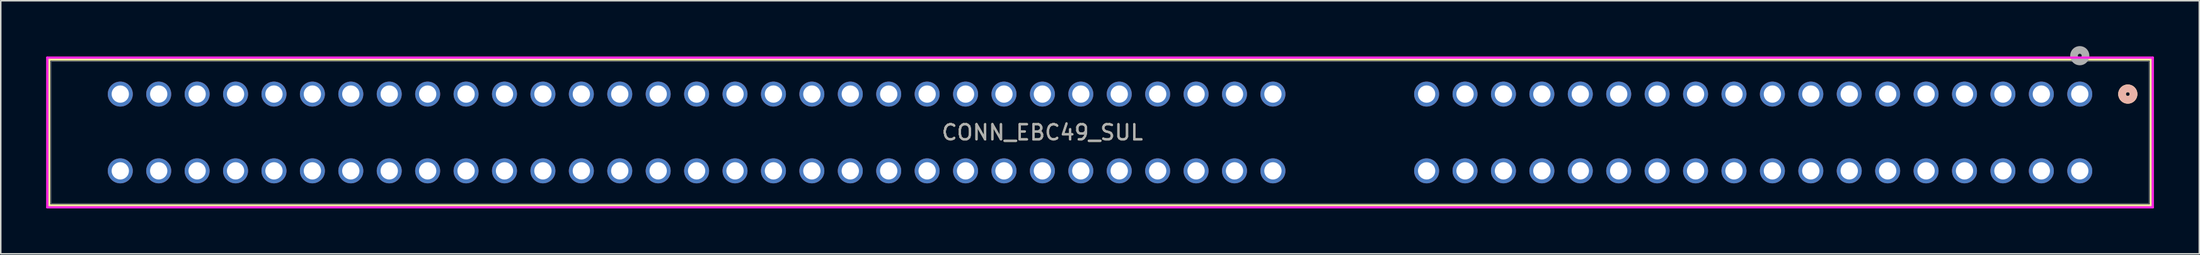
<source format=kicad_pcb>
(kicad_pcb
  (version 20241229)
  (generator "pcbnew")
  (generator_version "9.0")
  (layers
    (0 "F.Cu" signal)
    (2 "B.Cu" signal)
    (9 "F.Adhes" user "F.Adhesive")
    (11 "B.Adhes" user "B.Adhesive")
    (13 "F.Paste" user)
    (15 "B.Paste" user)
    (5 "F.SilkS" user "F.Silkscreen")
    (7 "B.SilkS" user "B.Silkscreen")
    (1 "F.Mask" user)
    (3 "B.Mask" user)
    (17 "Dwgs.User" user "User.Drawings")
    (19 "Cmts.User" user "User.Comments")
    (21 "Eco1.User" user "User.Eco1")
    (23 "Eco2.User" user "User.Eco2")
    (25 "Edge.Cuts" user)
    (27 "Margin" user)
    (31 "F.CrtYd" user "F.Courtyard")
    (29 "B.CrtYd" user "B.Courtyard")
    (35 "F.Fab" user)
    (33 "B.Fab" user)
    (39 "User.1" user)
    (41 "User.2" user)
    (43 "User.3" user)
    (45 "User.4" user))
  (footprint "CONN_EBC49_SUL"
    (layer "F.Cu")
    (at 134.442 3.175)
    (property "Reference" "CONN_EBC49_SUL" (at -68.58 2.54 0) (unlocked yes) (layer "F.SilkS") (effects (font (size 1 1) (thickness 0.15))))
    (attr through_hole)
    (fp_line (start -134.239 -2.286) (end -134.239 7.366) (stroke (width 0.152) (type solid)) (layer "F.SilkS"))
    (fp_line (start -134.239 7.366) (end 4.699 7.366) (stroke (width 0.152) (type solid)) (layer "F.SilkS"))
    (fp_line (start 4.699 -2.286) (end -134.239 -2.286) (stroke (width 0.152) (type solid)) (layer "F.SilkS"))
    (fp_line (start 4.699 7.366) (end 4.699 -2.286) (stroke (width 0.152) (type solid)) (layer "F.SilkS"))
    (fp_circle (center 3.175 0) (end 3.556 0) (stroke (width 0.508) (type solid)) (fill no) (layer "F.SilkS"))
    (fp_circle (center 3.175 0) (end 3.556 0) (stroke (width 0.508) (type solid)) (fill no) (layer "B.SilkS"))
    (fp_line (start -134.366 -2.413) (end -134.366 7.493) (stroke (width 0.152) (type solid)) (layer "F.CrtYd"))
    (fp_line (start -134.366 7.493) (end 4.826 7.493) (stroke (width 0.152) (type solid)) (layer "F.CrtYd"))
    (fp_line (start 4.826 -2.413) (end -134.366 -2.413) (stroke (width 0.152) (type solid)) (layer "F.CrtYd"))
    (fp_line (start 4.826 7.493) (end 4.826 -2.413) (stroke (width 0.152) (type solid)) (layer "F.CrtYd"))
    (fp_line (start -134.112 -2.159) (end -134.112 7.239) (stroke (width 0.025) (type solid)) (layer "F.Fab"))
    (fp_line (start -134.112 7.239) (end 4.572 7.239) (stroke (width 0.025) (type solid)) (layer "F.Fab"))
    (fp_line (start 4.572 -2.159) (end -134.112 -2.159) (stroke (width 0.025) (type solid)) (layer "F.Fab"))
    (fp_line (start 4.572 7.239) (end 4.572 -2.159) (stroke (width 0.025) (type solid)) (layer "F.Fab"))
    (fp_circle (center 0 -2.54) (end 0.381 -2.54) (stroke (width 0.508) (type solid)) (fill no) (layer "F.Fab"))
    (fp_text user "${REFERENCE}" (at -68.58 2.54 0) (unlocked yes) (layer "F.Fab") (effects (font (size 1 1) (thickness 0.15))))
    (pad "1" thru_hole circle (at 0 0) (size 1.651 1.651) (drill 1.143) (layers "*.Cu" "*.Mask"))
    (pad "2" thru_hole circle (at -2.54 0) (size 1.651 1.651) (drill 1.143) (layers "*.Cu" "*.Mask"))
    (pad "3" thru_hole circle (at -5.08 0) (size 1.651 1.651) (drill 1.143) (layers "*.Cu" "*.Mask"))
    (pad "4" thru_hole circle (at -7.62 0) (size 1.651 1.651) (drill 1.143) (layers "*.Cu" "*.Mask"))
    (pad "5" thru_hole circle (at -10.16 0) (size 1.651 1.651) (drill 1.143) (layers "*.Cu" "*.Mask"))
    (pad "6" thru_hole circle (at -12.7 0) (size 1.651 1.651) (drill 1.143) (layers "*.Cu" "*.Mask"))
    (pad "7" thru_hole circle (at -15.24 0) (size 1.651 1.651) (drill 1.143) (layers "*.Cu" "*.Mask"))
    (pad "8" thru_hole circle (at -17.78 0) (size 1.651 1.651) (drill 1.143) (layers "*.Cu" "*.Mask"))
    (pad "9" thru_hole circle (at -20.32 0) (size 1.651 1.651) (drill 1.143) (layers "*.Cu" "*.Mask"))
    (pad "10" thru_hole circle (at -22.86 0) (size 1.651 1.651) (drill 1.143) (layers "*.Cu" "*.Mask"))
    (pad "11" thru_hole circle (at -25.4 0) (size 1.651 1.651) (drill 1.143) (layers "*.Cu" "*.Mask"))
    (pad "12" thru_hole circle (at -27.94 0) (size 1.651 1.651) (drill 1.143) (layers "*.Cu" "*.Mask"))
    (pad "13" thru_hole circle (at -30.48 0) (size 1.651 1.651) (drill 1.143) (layers "*.Cu" "*.Mask"))
    (pad "14" thru_hole circle (at -33.02 0) (size 1.651 1.651) (drill 1.143) (layers "*.Cu" "*.Mask"))
    (pad "15" thru_hole circle (at -35.56 0) (size 1.651 1.651) (drill 1.143) (layers "*.Cu" "*.Mask"))
    (pad "16" thru_hole circle (at -38.1 0) (size 1.651 1.651) (drill 1.143) (layers "*.Cu" "*.Mask"))
    (pad "17" thru_hole circle (at -40.64 0) (size 1.651 1.651) (drill 1.143) (layers "*.Cu" "*.Mask"))
    (pad "18" thru_hole circle (at -43.18 0) (size 1.651 1.651) (drill 1.143) (layers "*.Cu" "*.Mask"))
    (pad "19" thru_hole circle (at -53.34 0) (size 1.651 1.651) (drill 1.143) (layers "*.Cu" "*.Mask"))
    (pad "20" thru_hole circle (at -55.88 0) (size 1.651 1.651) (drill 1.143) (layers "*.Cu" "*.Mask"))
    (pad "21" thru_hole circle (at -58.42 0) (size 1.651 1.651) (drill 1.143) (layers "*.Cu" "*.Mask"))
    (pad "22" thru_hole circle (at -60.96 0) (size 1.651 1.651) (drill 1.143) (layers "*.Cu" "*.Mask"))
    (pad "23" thru_hole circle (at -63.5 0) (size 1.651 1.651) (drill 1.143) (layers "*.Cu" "*.Mask"))
    (pad "24" thru_hole circle (at -66.04 0) (size 1.651 1.651) (drill 1.143) (layers "*.Cu" "*.Mask"))
    (pad "25" thru_hole circle (at -68.58 0) (size 1.651 1.651) (drill 1.143) (layers "*.Cu" "*.Mask"))
    (pad "26" thru_hole circle (at -71.12 0) (size 1.651 1.651) (drill 1.143) (layers "*.Cu" "*.Mask"))
    (pad "27" thru_hole circle (at -73.66 0) (size 1.651 1.651) (drill 1.143) (layers "*.Cu" "*.Mask"))
    (pad "28" thru_hole circle (at -76.2 0) (size 1.651 1.651) (drill 1.143) (layers "*.Cu" "*.Mask"))
    (pad "29" thru_hole circle (at -78.74 0) (size 1.651 1.651) (drill 1.143) (layers "*.Cu" "*.Mask"))
    (pad "30" thru_hole circle (at -81.28 0) (size 1.651 1.651) (drill 1.143) (layers "*.Cu" "*.Mask"))
    (pad "31" thru_hole circle (at -83.82 0) (size 1.651 1.651) (drill 1.143) (layers "*.Cu" "*.Mask"))
    (pad "32" thru_hole circle (at -86.36 0) (size 1.651 1.651) (drill 1.143) (layers "*.Cu" "*.Mask"))
    (pad "33" thru_hole circle (at -88.9 0) (size 1.651 1.651) (drill 1.143) (layers "*.Cu" "*.Mask"))
    (pad "34" thru_hole circle (at -91.44 0) (size 1.651 1.651) (drill 1.143) (layers "*.Cu" "*.Mask"))
    (pad "35" thru_hole circle (at -93.98 0) (size 1.651 1.651) (drill 1.143) (layers "*.Cu" "*.Mask"))
    (pad "36" thru_hole circle (at -96.52 0) (size 1.651 1.651) (drill 1.143) (layers "*.Cu" "*.Mask"))
    (pad "37" thru_hole circle (at -99.06 0) (size 1.651 1.651) (drill 1.143) (layers "*.Cu" "*.Mask"))
    (pad "38" thru_hole circle (at -101.6 0) (size 1.651 1.651) (drill 1.143) (layers "*.Cu" "*.Mask"))
    (pad "39" thru_hole circle (at -104.14 0) (size 1.651 1.651) (drill 1.143) (layers "*.Cu" "*.Mask"))
    (pad "40" thru_hole circle (at -106.68 0) (size 1.651 1.651) (drill 1.143) (layers "*.Cu" "*.Mask"))
    (pad "41" thru_hole circle (at -109.22 0) (size 1.651 1.651) (drill 1.143) (layers "*.Cu" "*.Mask"))
    (pad "42" thru_hole circle (at -111.76 0) (size 1.651 1.651) (drill 1.143) (layers "*.Cu" "*.Mask"))
    (pad "43" thru_hole circle (at -114.3 0) (size 1.651 1.651) (drill 1.143) (layers "*.Cu" "*.Mask"))
    (pad "44" thru_hole circle (at -116.84 0) (size 1.651 1.651) (drill 1.143) (layers "*.Cu" "*.Mask"))
    (pad "45" thru_hole circle (at -119.38 0) (size 1.651 1.651) (drill 1.143) (layers "*.Cu" "*.Mask"))
    (pad "46" thru_hole circle (at -121.92 0) (size 1.651 1.651) (drill 1.143) (layers "*.Cu" "*.Mask"))
    (pad "47" thru_hole circle (at -124.46 0) (size 1.651 1.651) (drill 1.143) (layers "*.Cu" "*.Mask"))
    (pad "48" thru_hole circle (at -127 0) (size 1.651 1.651) (drill 1.143) (layers "*.Cu" "*.Mask"))
    (pad "49" thru_hole circle (at -129.54 0) (size 1.651 1.651) (drill 1.143) (layers "*.Cu" "*.Mask"))
    (pad "50" thru_hole circle (at 0 5.08) (size 1.651 1.651) (drill 1.143) (layers "*.Cu" "*.Mask"))
    (pad "51" thru_hole circle (at -2.54 5.08) (size 1.651 1.651) (drill 1.143) (layers "*.Cu" "*.Mask"))
    (pad "52" thru_hole circle (at -5.08 5.08) (size 1.651 1.651) (drill 1.143) (layers "*.Cu" "*.Mask"))
    (pad "53" thru_hole circle (at -7.62 5.08) (size 1.651 1.651) (drill 1.143) (layers "*.Cu" "*.Mask"))
    (pad "54" thru_hole circle (at -10.16 5.08) (size 1.651 1.651) (drill 1.143) (layers "*.Cu" "*.Mask"))
    (pad "55" thru_hole circle (at -12.7 5.08) (size 1.651 1.651) (drill 1.143) (layers "*.Cu" "*.Mask"))
    (pad "56" thru_hole circle (at -15.24 5.08) (size 1.651 1.651) (drill 1.143) (layers "*.Cu" "*.Mask"))
    (pad "57" thru_hole circle (at -17.78 5.08) (size 1.651 1.651) (drill 1.143) (layers "*.Cu" "*.Mask"))
    (pad "58" thru_hole circle (at -20.32 5.08) (size 1.651 1.651) (drill 1.143) (layers "*.Cu" "*.Mask"))
    (pad "59" thru_hole circle (at -22.86 5.08) (size 1.651 1.651) (drill 1.143) (layers "*.Cu" "*.Mask"))
    (pad "60" thru_hole circle (at -25.4 5.08) (size 1.651 1.651) (drill 1.143) (layers "*.Cu" "*.Mask"))
    (pad "61" thru_hole circle (at -27.94 5.08) (size 1.651 1.651) (drill 1.143) (layers "*.Cu" "*.Mask"))
    (pad "62" thru_hole circle (at -30.48 5.08) (size 1.651 1.651) (drill 1.143) (layers "*.Cu" "*.Mask"))
    (pad "63" thru_hole circle (at -33.02 5.08) (size 1.651 1.651) (drill 1.143) (layers "*.Cu" "*.Mask"))
    (pad "64" thru_hole circle (at -35.56 5.08) (size 1.651 1.651) (drill 1.143) (layers "*.Cu" "*.Mask"))
    (pad "65" thru_hole circle (at -38.1 5.08) (size 1.651 1.651) (drill 1.143) (layers "*.Cu" "*.Mask"))
    (pad "66" thru_hole circle (at -40.64 5.08) (size 1.651 1.651) (drill 1.143) (layers "*.Cu" "*.Mask"))
    (pad "67" thru_hole circle (at -43.18 5.08) (size 1.651 1.651) (drill 1.143) (layers "*.Cu" "*.Mask"))
    (pad "68" thru_hole circle (at -53.34 5.08) (size 1.651 1.651) (drill 1.143) (layers "*.Cu" "*.Mask"))
    (pad "69" thru_hole circle (at -55.88 5.08) (size 1.651 1.651) (drill 1.143) (layers "*.Cu" "*.Mask"))
    (pad "70" thru_hole circle (at -58.42 5.08) (size 1.651 1.651) (drill 1.143) (layers "*.Cu" "*.Mask"))
    (pad "71" thru_hole circle (at -60.96 5.08) (size 1.651 1.651) (drill 1.143) (layers "*.Cu" "*.Mask"))
    (pad "72" thru_hole circle (at -63.5 5.08) (size 1.651 1.651) (drill 1.143) (layers "*.Cu" "*.Mask"))
    (pad "73" thru_hole circle (at -66.04 5.08) (size 1.651 1.651) (drill 1.143) (layers "*.Cu" "*.Mask"))
    (pad "74" thru_hole circle (at -68.58 5.08) (size 1.651 1.651) (drill 1.143) (layers "*.Cu" "*.Mask"))
    (pad "75" thru_hole circle (at -71.12 5.08) (size 1.651 1.651) (drill 1.143) (layers "*.Cu" "*.Mask"))
    (pad "76" thru_hole circle (at -73.66 5.08) (size 1.651 1.651) (drill 1.143) (layers "*.Cu" "*.Mask"))
    (pad "77" thru_hole circle (at -76.2 5.08) (size 1.651 1.651) (drill 1.143) (layers "*.Cu" "*.Mask"))
    (pad "78" thru_hole circle (at -78.74 5.08) (size 1.651 1.651) (drill 1.143) (layers "*.Cu" "*.Mask"))
    (pad "79" thru_hole circle (at -81.28 5.08) (size 1.651 1.651) (drill 1.143) (layers "*.Cu" "*.Mask"))
    (pad "80" thru_hole circle (at -83.82 5.08) (size 1.651 1.651) (drill 1.143) (layers "*.Cu" "*.Mask"))
    (pad "81" thru_hole circle (at -86.36 5.08) (size 1.651 1.651) (drill 1.143) (layers "*.Cu" "*.Mask"))
    (pad "82" thru_hole circle (at -88.9 5.08) (size 1.651 1.651) (drill 1.143) (layers "*.Cu" "*.Mask"))
    (pad "83" thru_hole circle (at -91.44 5.08) (size 1.651 1.651) (drill 1.143) (layers "*.Cu" "*.Mask"))
    (pad "84" thru_hole circle (at -93.98 5.08) (size 1.651 1.651) (drill 1.143) (layers "*.Cu" "*.Mask"))
    (pad "85" thru_hole circle (at -96.52 5.08) (size 1.651 1.651) (drill 1.143) (layers "*.Cu" "*.Mask"))
    (pad "86" thru_hole circle (at -99.06 5.08) (size 1.651 1.651) (drill 1.143) (layers "*.Cu" "*.Mask"))
    (pad "87" thru_hole circle (at -101.6 5.08) (size 1.651 1.651) (drill 1.143) (layers "*.Cu" "*.Mask"))
    (pad "88" thru_hole circle (at -104.14 5.08) (size 1.651 1.651) (drill 1.143) (layers "*.Cu" "*.Mask"))
    (pad "89" thru_hole circle (at -106.68 5.08) (size 1.651 1.651) (drill 1.143) (layers "*.Cu" "*.Mask"))
    (pad "90" thru_hole circle (at -109.22 5.08) (size 1.651 1.651) (drill 1.143) (layers "*.Cu" "*.Mask"))
    (pad "91" thru_hole circle (at -111.76 5.08) (size 1.651 1.651) (drill 1.143) (layers "*.Cu" "*.Mask"))
    (pad "92" thru_hole circle (at -114.3 5.08) (size 1.651 1.651) (drill 1.143) (layers "*.Cu" "*.Mask"))
    (pad "93" thru_hole circle (at -116.84 5.08) (size 1.651 1.651) (drill 1.143) (layers "*.Cu" "*.Mask"))
    (pad "94" thru_hole circle (at -119.38 5.08) (size 1.651 1.651) (drill 1.143) (layers "*.Cu" "*.Mask"))
    (pad "95" thru_hole circle (at -121.92 5.08) (size 1.651 1.651) (drill 1.143) (layers "*.Cu" "*.Mask"))
    (pad "96" thru_hole circle (at -124.46 5.08) (size 1.651 1.651) (drill 1.143) (layers "*.Cu" "*.Mask"))
    (pad "97" thru_hole circle (at -127 5.08) (size 1.651 1.651) (drill 1.143) (layers "*.Cu" "*.Mask"))
    (pad "98" thru_hole circle (at -129.54 5.08) (size 1.651 1.651) (drill 1.143) (layers "*.Cu" "*.Mask")))
  (gr_rect
    (start -3 -3)
    (end 142.344 13.744)
    (stroke (width 0.1) (type default))
    (fill no)
    (layer "Edge.Cuts")))
</source>
